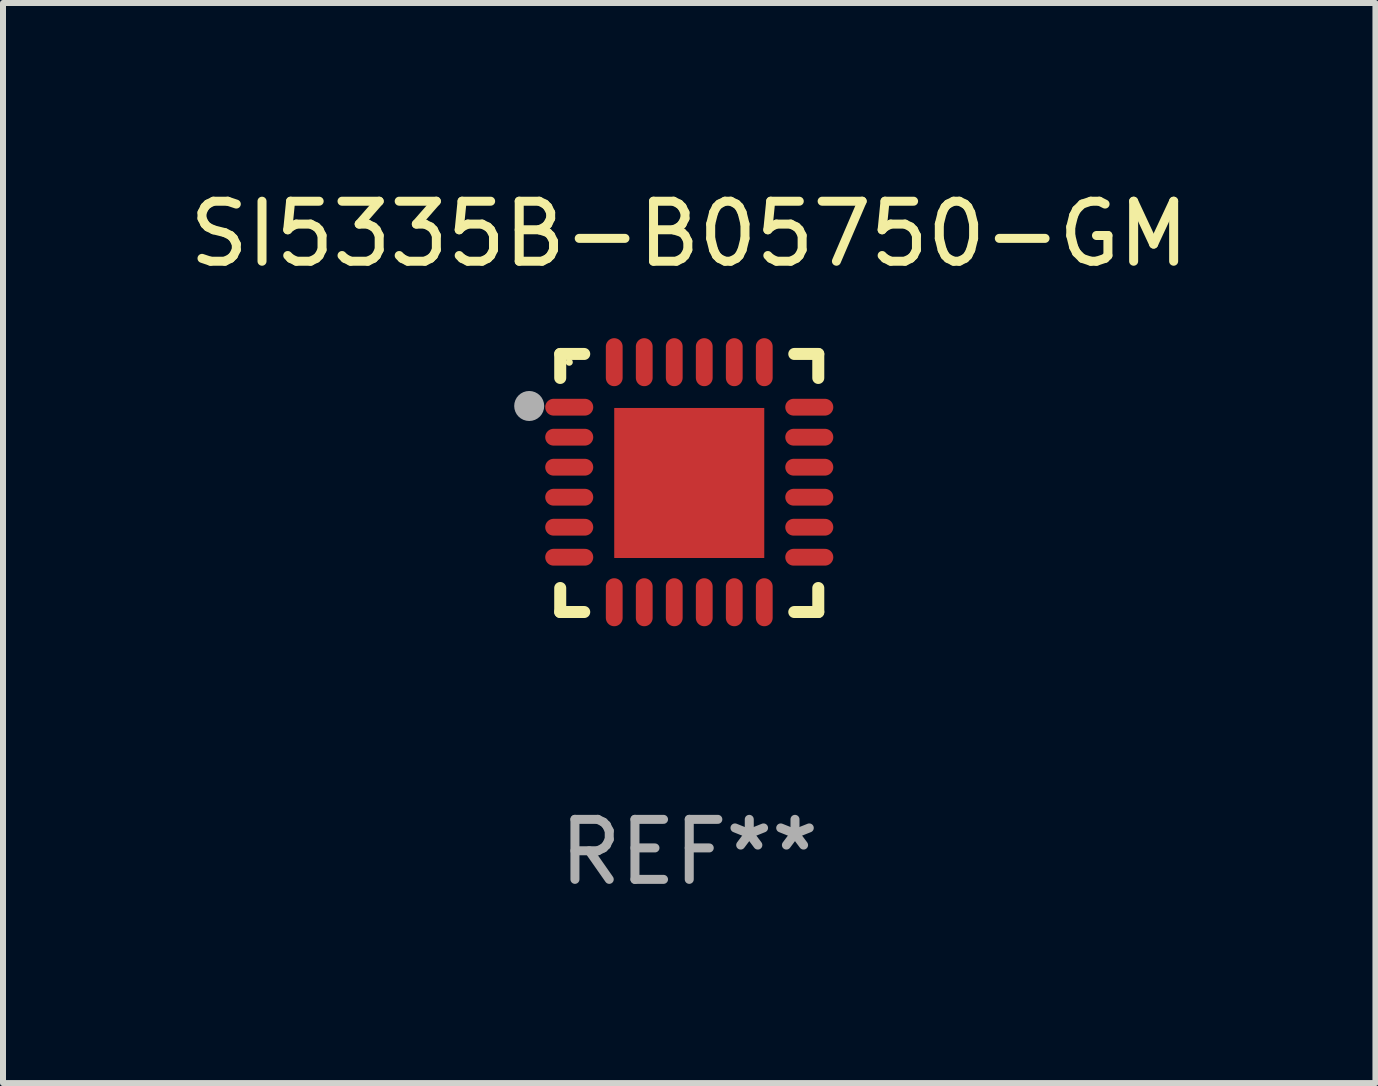
<source format=kicad_pcb>
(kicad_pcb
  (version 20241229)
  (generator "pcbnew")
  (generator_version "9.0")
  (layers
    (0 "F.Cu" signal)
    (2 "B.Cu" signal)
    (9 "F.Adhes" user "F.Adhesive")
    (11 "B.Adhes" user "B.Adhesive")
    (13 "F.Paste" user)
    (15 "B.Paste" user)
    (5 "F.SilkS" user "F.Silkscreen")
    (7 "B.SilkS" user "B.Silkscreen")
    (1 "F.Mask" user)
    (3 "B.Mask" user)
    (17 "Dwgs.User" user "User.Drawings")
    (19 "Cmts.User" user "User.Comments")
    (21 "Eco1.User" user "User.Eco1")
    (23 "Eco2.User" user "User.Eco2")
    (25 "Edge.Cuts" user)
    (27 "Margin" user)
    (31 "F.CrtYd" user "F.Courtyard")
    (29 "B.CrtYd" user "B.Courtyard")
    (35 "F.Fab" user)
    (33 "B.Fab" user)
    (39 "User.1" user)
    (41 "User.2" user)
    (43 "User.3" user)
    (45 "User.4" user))
  (footprint "SI5335B-B05750-GM"
    (layer "F.Cu")
    (at 8.435 4.998)
    (property "Reference" "SI5335B-B05750-GM" (at 0 -4.15 0) (layer "F.SilkS") (effects (font (size 1 1) (thickness 0.15))))
    (attr through_hole)
    (fp_line (start -2.15 -2.15) (end -1.75 -2.15) (stroke (width 0.2) (type solid)) (layer "F.SilkS"))
    (fp_line (start -2.15 -1.75) (end -2.15 -2.15) (stroke (width 0.2) (type solid)) (layer "F.SilkS"))
    (fp_line (start -2.15 2.15) (end -2.15 1.75) (stroke (width 0.2) (type solid)) (layer "F.SilkS"))
    (fp_line (start -1.75 2.15) (end -2.15 2.15) (stroke (width 0.2) (type solid)) (layer "F.SilkS"))
    (fp_line (start 1.75 -2.15) (end 2.15 -2.15) (stroke (width 0.2) (type solid)) (layer "F.SilkS"))
    (fp_line (start 1.75 2.15) (end 2.15 2.15) (stroke (width 0.2) (type solid)) (layer "F.SilkS"))
    (fp_line (start 2.15 -2.15) (end 2.15 -1.75) (stroke (width 0.2) (type solid)) (layer "F.SilkS"))
    (fp_line (start 2.15 2.15) (end 2.15 1.75) (stroke (width 0.2) (type solid)) (layer "F.SilkS"))
    (fp_circle (center -2 -2.013) (end -1.97 -2.013) (stroke (width 0.06) (type solid)) (fill no) (layer "F.SilkS"))
    (fp_circle (center -2.667 -1.283) (end -2.542 -1.283) (stroke (width 0.25) (type solid)) (fill no) (layer "F.Fab"))
    (fp_text user "REF**" (at 0 6.15 0) (layer "F.Fab") (effects (font (size 1 1) (thickness 0.15))))
    (pad "1" smd oval (at -2 -1.263) (size 0.8 0.28) (layers "F.Cu" "F.Mask" "F.Paste"))
    (pad "2" smd oval (at -2 -0.763) (size 0.8 0.28) (layers "F.Cu" "F.Mask" "F.Paste"))
    (pad "3" smd oval (at -2 -0.263) (size 0.8 0.28) (layers "F.Cu" "F.Mask" "F.Paste"))
    (pad "4" smd oval (at -2 0.237) (size 0.8 0.28) (layers "F.Cu" "F.Mask" "F.Paste"))
    (pad "5" smd oval (at -2 0.737) (size 0.8 0.28) (layers "F.Cu" "F.Mask" "F.Paste"))
    (pad "6" smd oval (at -2 1.237) (size 0.8 0.28) (layers "F.Cu" "F.Mask" "F.Paste"))
    (pad "7" smd oval (at -1.25 1.987) (size 0.28 0.8) (layers "F.Cu" "F.Mask" "F.Paste"))
    (pad "8" smd oval (at -0.75 1.987) (size 0.28 0.8) (layers "F.Cu" "F.Mask" "F.Paste"))
    (pad "9" smd oval (at -0.25 1.987) (size 0.28 0.8) (layers "F.Cu" "F.Mask" "F.Paste"))
    (pad "10" smd oval (at 0.25 1.987) (size 0.28 0.8) (layers "F.Cu" "F.Mask" "F.Paste"))
    (pad "11" smd oval (at 0.75 1.987) (size 0.28 0.8) (layers "F.Cu" "F.Mask" "F.Paste"))
    (pad "12" smd oval (at 1.25 1.987) (size 0.28 0.8) (layers "F.Cu" "F.Mask" "F.Paste"))
    (pad "13" smd oval (at 2 1.237) (size 0.8 0.28) (layers "F.Cu" "F.Mask" "F.Paste"))
    (pad "14" smd oval (at 2 0.737) (size 0.8 0.28) (layers "F.Cu" "F.Mask" "F.Paste"))
    (pad "15" smd oval (at 2 0.237) (size 0.8 0.28) (layers "F.Cu" "F.Mask" "F.Paste"))
    (pad "16" smd oval (at 2 -0.263) (size 0.8 0.28) (layers "F.Cu" "F.Mask" "F.Paste"))
    (pad "17" smd oval (at 2 -0.763) (size 0.8 0.28) (layers "F.Cu" "F.Mask" "F.Paste"))
    (pad "18" smd oval (at 2 -1.263) (size 0.8 0.28) (layers "F.Cu" "F.Mask" "F.Paste"))
    (pad "19" smd oval (at 1.25 -2.013) (size 0.28 0.8) (layers "F.Cu" "F.Mask" "F.Paste"))
    (pad "20" smd oval (at 0.75 -2.013) (size 0.28 0.8) (layers "F.Cu" "F.Mask" "F.Paste"))
    (pad "21" smd oval (at 0.25 -2.013) (size 0.28 0.8) (layers "F.Cu" "F.Mask" "F.Paste"))
    (pad "22" smd oval (at -0.25 -2.013) (size 0.28 0.8) (layers "F.Cu" "F.Mask" "F.Paste"))
    (pad "23" smd oval (at -0.75 -2.013) (size 0.28 0.8) (layers "F.Cu" "F.Mask" "F.Paste"))
    (pad "24" smd oval (at -1.25 -2.013) (size 0.28 0.8) (layers "F.Cu" "F.Mask" "F.Paste"))
    (pad "25" smd rect (at -0.000127 -0.00014) (size 2.5 2.5) (layers "F.Cu" "F.Mask" "F.Paste")))
  (gr_rect
    (start -3 -3)
    (end 19.869 14.997)
    (stroke (width 0.1) (type default))
    (fill no)
    (layer "Edge.Cuts")))
</source>
